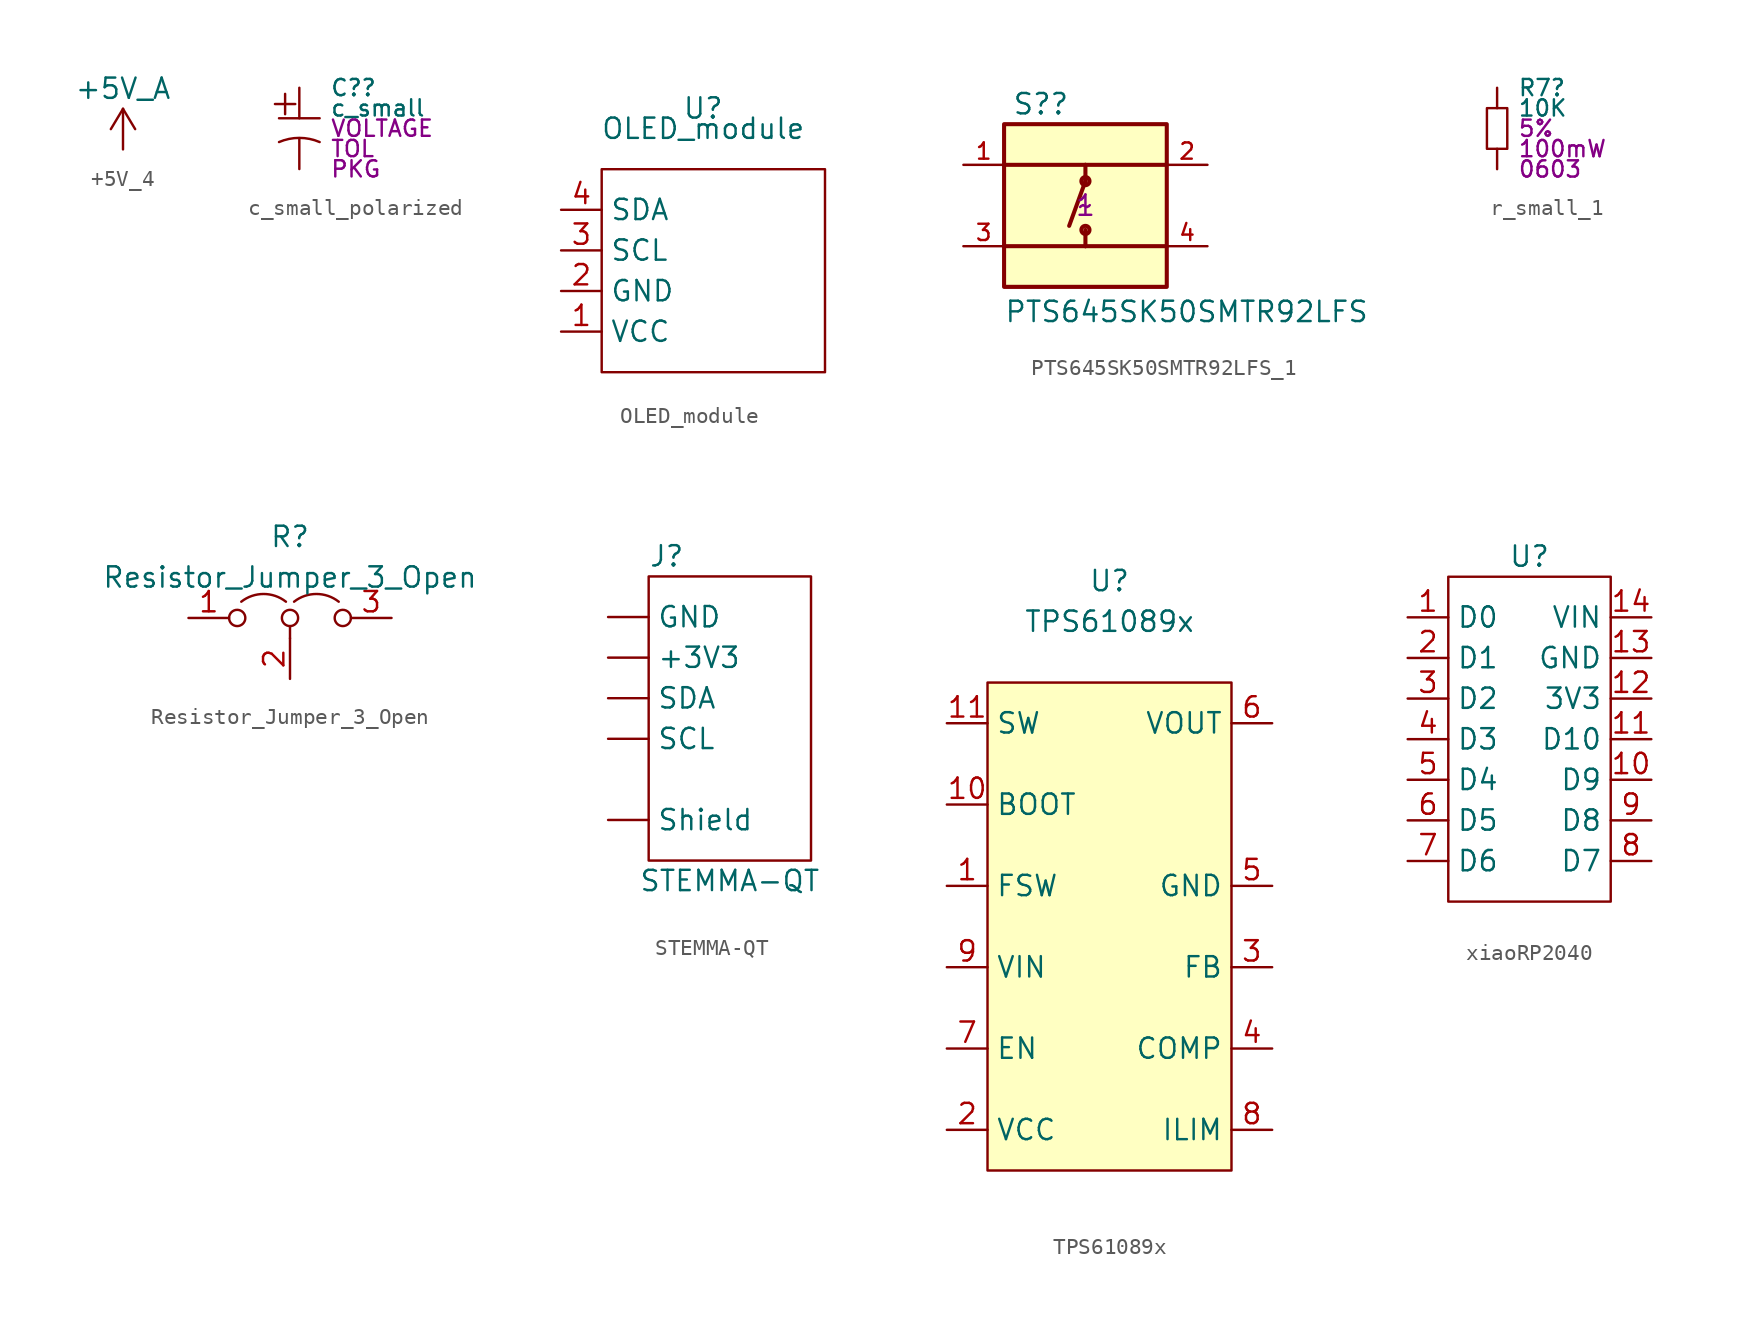
<source format=kicad_sym>
(kicad_symbol_lib
  (version 20220914)
  (generator kicad_symbol_editor)
  (symbol "+5V_4"
    (power)
    (pin_names
      (offset 0))
    (property "Reference" "#PWR020"
      (at 0 -3.81 0)
      (effects (font (size 1.27 1.27)) hide))
    (property "Value" "+5V_A"
      (at 0 3.81 0)
      (effects (font (size 1.27 1.27))))
    (symbol "+5V_4_0_1"
      (polyline (pts (xy -0.762 1.27) (xy 0 2.54)) (stroke (width 0) (type default)) (fill (type none)))
      (polyline (pts (xy 0 0) (xy 0 2.54)) (stroke (width 0) (type default)) (fill (type none)))
      (polyline (pts (xy 0 2.54) (xy 0.762 1.27)) (stroke (width 0) (type default)) (fill (type none))))
    (symbol "+5V_4_1_1"
      (pin power_in line (at 0 0 90) (length 0) hide (name "+5V_A" (effects (font (size 1.27 1.27)))) (number "1" (effects (font (size 1.27 1.27)))))))
  (symbol "c_small_polarized"
    (property "Reference" "C?"
      (at 1.905 2.54 0)
      (do_not_autoplace)
      (effects (font (size 1.016 1.016)) (justify left)))
    (property "Value" "c_small"
      (at 1.905 1.27 0)
      (do_not_autoplace)
      (effects (font (size 1.016 1.016)) (justify left)))
    (property "Tolerance" "TOL"
      (at 1.905 -1.27 0)
      (do_not_autoplace)
      (effects (font (size 1.016 1.016)) (justify left)))
    (property "Voltage Rating" "VOLTAGE"
      (at 1.905 0 0)
      (do_not_autoplace)
      (effects (font (size 1.016 1.016)) (justify left)))
    (property "Package" "PKG"
      (at 1.905 -2.54 0)
      (do_not_autoplace)
      (effects (font (size 1.016 1.016)) (justify left)))
    (symbol "c_small_polarized_0_1"
      (polyline (pts (xy -1.524 1.524) (xy -0.254 1.524)) (stroke (width 0) (type default)) (fill (type none)))
      (polyline (pts (xy -1.27 0.635) (xy 1.27 0.635)) (stroke (width 0) (type default)) (fill (type none)))
      (polyline (pts (xy -0.889 2.159) (xy -0.889 0.889)) (stroke (width 0) (type default)) (fill (type none)))
      (arc (start 1.27 -0.8531) (mid 0 -0.5919) (end -1.27 -0.8531) (stroke (width 0) (type default)) (fill (type none))))
    (symbol "c_small_polarized_1_1"
      (pin passive line (at 0 2.54 270) (length 1.905) (name "" (effects (font (size 0 0)))) (number "1" (effects (font (size 0 0)))))
      (pin passive line (at 0 -2.54 90) (length 1.905) (name "" (effects (font (size 0 0)))) (number "2" (effects (font (size 0 0)))))))
  (symbol "OLED_module"
    (property "Reference" "U"
      (at 0 0 0)
      (effects (font (size 1.27 1.27))))
    (property "Value" "OLED_module"
      (at 0 -1.27 0)
      (effects (font (size 1.27 1.27))))
    (symbol "OLED_module_0_1"
      (rectangle (start -6.35 -3.81) (end 7.62 -16.51) (stroke (width 0) (type default)) (fill (type none))))
    (symbol "OLED_module_1_1"
      (pin power_in line (at -8.89 -13.97 0) (length 2.54) (name "VCC" (effects (font (size 1.27 1.27)))) (number "1" (effects (font (size 1.27 1.27)))))
      (pin passive line (at -8.89 -11.43 0) (length 2.54) (name "GND" (effects (font (size 1.27 1.27)))) (number "2" (effects (font (size 1.27 1.27)))))
      (pin input line (at -8.89 -8.89 0) (length 2.54) (name "SCL" (effects (font (size 1.27 1.27)))) (number "3" (effects (font (size 1.27 1.27)))))
      (pin bidirectional line (at -8.89 -6.35 0) (length 2.54) (name "SDA" (effects (font (size 1.27 1.27)))) (number "4" (effects (font (size 1.27 1.27)))))))
  (symbol "PTS645SK50SMTR92LFS_1"
    (pin_names
      (offset 1.016))
    (property "Reference" "S?"
      (at -4.577 5.594 0)
      (effects (font (size 1.27 1.27)) (justify left bottom)))
    (property "Value" "PTS645SK50SMTR92LFS"
      (at -5.088 -7.377 0)
      (effects (font (size 1.27 1.27)) (justify left bottom)))
    (property "mpn" "~"
      (at 0 0 0)
      (effects (font (size 1.27 1.27))))
    (property "populate" "1"
      (at 0 0 0)
      (effects (font (size 1.27 1.27))))
    (symbol "PTS645SK50SMTR92LFS_1_0_0"
      (rectangle (start -5.08 -5.08) (end 5.08 5.08) (stroke (width 0.254) (type default)) (fill (type background)))
      (circle (center 0 -1.524) (radius 0.254) (stroke (width 0.254) (type default)) (fill (type none)))
      (polyline (pts (xy -5.08 2.54) (xy 0 2.54)) (stroke (width 0.254) (type default)) (fill (type none)))
      (polyline (pts (xy 0 -2.54) (xy -5.08 -2.54)) (stroke (width 0.254) (type default)) (fill (type none)))
      (polyline (pts (xy 0 -2.54) (xy 0 -1.524)) (stroke (width 0.254) (type default)) (fill (type none)))
      (polyline (pts (xy 0 1.524) (xy -1.016 -1.27)) (stroke (width 0.254) (type default)) (fill (type none)))
      (polyline (pts (xy 0 1.524) (xy 0 2.54)) (stroke (width 0.254) (type default)) (fill (type none)))
      (polyline (pts (xy 0 2.54) (xy 5.08 2.54)) (stroke (width 0.254) (type default)) (fill (type none)))
      (polyline (pts (xy 5.08 -2.54) (xy 0 -2.54)) (stroke (width 0.254) (type default)) (fill (type none)))
      (circle (center 0 1.524) (radius 0.254) (stroke (width 0.254) (type default)) (fill (type none)))
      (pin passive line (at -7.62 2.54 0) (length 2.54) (name "~" (effects (font (size 1.016 1.016)))) (number "1" (effects (font (size 1.016 1.016)))))
      (pin passive line (at 7.62 2.54 180) (length 2.54) (name "~" (effects (font (size 1.016 1.016)))) (number "2" (effects (font (size 1.016 1.016)))))
      (pin passive line (at -7.62 -2.54 0) (length 2.54) (name "~" (effects (font (size 1.016 1.016)))) (number "3" (effects (font (size 1.016 1.016)))))
      (pin passive line (at 7.62 -2.54 180) (length 2.54) (name "~" (effects (font (size 1.016 1.016)))) (number "4" (effects (font (size 1.016 1.016)))))))
  (symbol "r_small_1"
    (property "Reference" "R7"
      (at 1.27 2.54 0)
      (effects (font (size 1.016 1.016)) (justify left)))
    (property "Value" "10K"
      (at 1.27 1.27 0)
      (effects (font (size 1.016 1.016)) (justify left)))
    (property "Tolerance" "5%"
      (at 1.27 0 0)
      (effects (font (size 1.016 1.016)) (justify left)))
    (property "Power Rating" "100mW"
      (at 1.27 -1.27 0)
      (effects (font (size 1.016 1.016)) (justify left)))
    (property "Package" "0603"
      (at 1.27 -2.54 0)
      (effects (font (size 1.016 1.016)) (justify left)))
    (symbol "r_small_1_0_1"
      (polyline (pts (xy -0.635 1.27) (xy -0.635 -1.27) (xy 0.635 -1.27) (xy 0.635 1.27) (xy -0.635 1.27)) (stroke (width 0) (type default)) (fill (type none))))
    (symbol "r_small_1_1_1"
      (pin passive line (at 0 2.54 270) (length 1.27) (name "" (effects (font (size 0 0)))) (number "1" (effects (font (size 0 0)))))
      (pin passive line (at 0 -2.54 90) (length 1.27) (name "" (effects (font (size 0 0)))) (number "2" (effects (font (size 0 0)))))))
  (symbol "Resistor_Jumper_3_Open"
    (pin_names
      (offset 0) hide)
    (property "Reference" "R"
      (at 0 5.08 0)
      (effects (font (size 1.27 1.27))))
    (property "Value" "Resistor_Jumper_3_Open"
      (at 0 2.54 0)
      (effects (font (size 1.27 1.27))))
    (symbol "Resistor_Jumper_3_Open_0_0"
      (circle (center -3.302 0) (radius 0.508) (stroke (width 0) (type default)) (fill (type none)))
      (circle (center 0 0) (radius 0.508) (stroke (width 0) (type default)) (fill (type none)))
      (circle (center 3.302 0) (radius 0.508) (stroke (width 0) (type default)) (fill (type none))))
    (symbol "Resistor_Jumper_3_Open_0_1"
      (arc (start -0.254 1.016) (mid -1.651 1.4992) (end -3.048 1.016) (stroke (width 0) (type default)) (fill (type none)))
      (polyline (pts (xy 0 -0.508) (xy 0 -1.27)) (stroke (width 0) (type default)) (fill (type none)))
      (arc (start 3.048 1.016) (mid 1.651 1.4992) (end 0.254 1.016) (stroke (width 0) (type default)) (fill (type none))))
    (symbol "Resistor_Jumper_3_Open_1_1"
      (pin passive line (at -6.35 0 0) (length 2.54) (name "A" (effects (font (size 1.27 1.27)))) (number "1" (effects (font (size 1.27 1.27)))))
      (pin input line (at 0 -3.81 90) (length 2.54) (name "C" (effects (font (size 1.27 1.27)))) (number "2" (effects (font (size 1.27 1.27)))))
      (pin passive line (at 6.35 0 180) (length 2.54) (name "B" (effects (font (size 1.27 1.27)))) (number "3" (effects (font (size 1.27 1.27)))))))
  (symbol "STEMMA-QT"
    (pin_numbers hide)
    (property "Reference" "J"
      (at -5.08 10.16 0)
      (do_not_autoplace)
      (effects (font (size 1.27 1.27)) (justify left)))
    (property "Value" "STEMMA-QT"
      (at 0 -10.16 0)
      (do_not_autoplace)
      (effects (font (size 1.27 1.27))))
    (symbol "STEMMA-QT_0_0"
      (pin passive line (at -7.62 -6.35 0) (length 2.54) (name "Shield" (effects (font (size 1.27 1.27)))) (number "MP" (effects (font (size 1.27 1.27))))))
    (symbol "STEMMA-QT_0_1"
      (rectangle (start -5.08 8.89) (end 5.08 -8.89) (stroke (width 0) (type default)) (fill (type none))))
    (symbol "STEMMA-QT_1_0"
      (pin passive line (at -7.62 6.35 0) (length 2.54) (name "GND" (effects (font (size 1.27 1.27)))) (number "1" (effects (font (size 1.27 1.27)))))
      (pin passive line (at -7.62 3.81 0) (length 2.54) (name "+3V3" (effects (font (size 1.27 1.27)))) (number "2" (effects (font (size 1.27 1.27)))))
      (pin passive line (at -7.62 1.27 0) (length 2.54) (name "SDA" (effects (font (size 1.27 1.27)))) (number "3" (effects (font (size 1.27 1.27)))))
      (pin passive line (at -7.62 -1.27 0) (length 2.54) (name "SCL" (effects (font (size 1.27 1.27)))) (number "4" (effects (font (size 1.27 1.27)))))))
  (symbol "TPS61089x"
    (property "Reference" "U"
      (at 0 21.59 0)
      (effects (font (size 1.27 1.27))))
    (property "Value" "TPS61089x"
      (at 0 19.05 0)
      (effects (font (size 1.27 1.27))))
    (symbol "TPS61089x_0_0"
      (pin input line (at -10.16 2.54 0) (length 2.54) (name "FSW" (effects (font (size 1.27 1.27)))) (number "1" (effects (font (size 1.27 1.27)))))
      (pin output line (at -10.16 7.62 0) (length 2.54) (name "BOOT" (effects (font (size 1.27 1.27)))) (number "10" (effects (font (size 1.27 1.27)))))
      (pin input line (at 10.16 -2.54 180) (length 2.54) (name "FB" (effects (font (size 1.27 1.27)))) (number "3" (effects (font (size 1.27 1.27)))))
      (pin output line (at 10.16 -7.62 180) (length 2.54) (name "COMP" (effects (font (size 1.27 1.27)))) (number "4" (effects (font (size 1.27 1.27)))))
      (pin passive line (at 10.16 2.54 180) (length 2.54) (name "GND" (effects (font (size 1.27 1.27)))) (number "5" (effects (font (size 1.27 1.27)))))
      (pin power_out line (at 10.16 12.7 180) (length 2.54) (name "VOUT" (effects (font (size 1.27 1.27)))) (number "6" (effects (font (size 1.27 1.27)))))
      (pin input line (at -10.16 -7.62 0) (length 2.54) (name "EN" (effects (font (size 1.27 1.27)))) (number "7" (effects (font (size 1.27 1.27)))))
      (pin output line (at 10.16 -12.7 180) (length 2.54) (name "ILIM" (effects (font (size 1.27 1.27)))) (number "8" (effects (font (size 1.27 1.27)))))
      (pin power_in line (at -10.16 -2.54 0) (length 2.54) (name "VIN" (effects (font (size 1.27 1.27)))) (number "9" (effects (font (size 1.27 1.27))))))
    (symbol "TPS61089x_1_0"
      (pin input line (at -10.16 12.7 0) (length 2.54) (name "SW" (effects (font (size 1.27 1.27)))) (number "11" (effects (font (size 1.27 1.27)))))
      (pin output line (at -10.16 -12.7 0) (length 2.54) (name "VCC" (effects (font (size 1.27 1.27)))) (number "2" (effects (font (size 1.27 1.27))))))
    (symbol "TPS61089x_1_1"
      (rectangle (start -7.62 15.24) (end 7.62 -15.24) (stroke (width 0) (type default)) (fill (type background)))))
  (symbol "xiaoRP2040"
    (property "Reference" "U"
      (at 0 10.16 0)
      (effects (font (size 1.27 1.27))))
    (property "Value" ""
      (at -5.08 6.35 0)
      (effects (font (size 1.27 1.27))))
    (symbol "xiaoRP2040_0_1"
      (rectangle (start -5.08 8.89) (end 5.08 -11.43) (stroke (width 0) (type default)) (fill (type none))))
    (symbol "xiaoRP2040_1_1"
      (pin bidirectional line (at -7.62 6.35 0) (length 2.54) (name "D0" (effects (font (size 1.27 1.27)))) (number "1" (effects (font (size 1.27 1.27)))) (alternate "A0" bidirectional line))
      (pin bidirectional line (at 7.62 -3.81 180) (length 2.54) (name "D9" (effects (font (size 1.27 1.27)))) (number "10" (effects (font (size 1.27 1.27)))) (alternate "MISO" input line))
      (pin bidirectional line (at 7.62 -1.27 180) (length 2.54) (name "D10" (effects (font (size 1.27 1.27)))) (number "11" (effects (font (size 1.27 1.27)))) (alternate "MOSI" output line))
      (pin power_out line (at 7.62 1.27 180) (length 2.54) (name "3V3" (effects (font (size 1.27 1.27)))) (number "12" (effects (font (size 1.27 1.27)))))
      (pin passive line (at 7.62 3.81 180) (length 2.54) (name "GND" (effects (font (size 1.27 1.27)))) (number "13" (effects (font (size 1.27 1.27)))))
      (pin power_in line (at 7.62 6.35 180) (length 2.54) (name "VIN" (effects (font (size 1.27 1.27)))) (number "14" (effects (font (size 1.27 1.27)))))
      (pin bidirectional line (at -7.62 3.81 0) (length 2.54) (name "D1" (effects (font (size 1.27 1.27)))) (number "2" (effects (font (size 1.27 1.27)))) (alternate "A1" bidirectional line))
      (pin bidirectional line (at -7.62 1.27 0) (length 2.54) (name "D2" (effects (font (size 1.27 1.27)))) (number "3" (effects (font (size 1.27 1.27)))) (alternate "A2" bidirectional line))
      (pin bidirectional line (at -7.62 -1.27 0) (length 2.54) (name "D3" (effects (font (size 1.27 1.27)))) (number "4" (effects (font (size 1.27 1.27)))) (alternate "A3" bidirectional line))
      (pin bidirectional line (at -7.62 -3.81 0) (length 2.54) (name "D4" (effects (font (size 1.27 1.27)))) (number "5" (effects (font (size 1.27 1.27)))) (alternate "SDA" bidirectional line))
      (pin bidirectional line (at -7.62 -6.35 0) (length 2.54) (name "D5" (effects (font (size 1.27 1.27)))) (number "6" (effects (font (size 1.27 1.27)))) (alternate "SCL" output line))
      (pin bidirectional line (at -7.62 -8.89 0) (length 2.54) (name "D6" (effects (font (size 1.27 1.27)))) (number "7" (effects (font (size 1.27 1.27)))) (alternate "TX" output line))
      (pin bidirectional line (at 7.62 -8.89 180) (length 2.54) (name "D7" (effects (font (size 1.27 1.27)))) (number "8" (effects (font (size 1.27 1.27)))) (alternate "CSn" output line) (alternate "RX" input line))
      (pin bidirectional line (at 7.62 -6.35 180) (length 2.54) (name "D8" (effects (font (size 1.27 1.27)))) (number "9" (effects (font (size 1.27 1.27)))) (alternate "SCK" output line)))))
</source>
